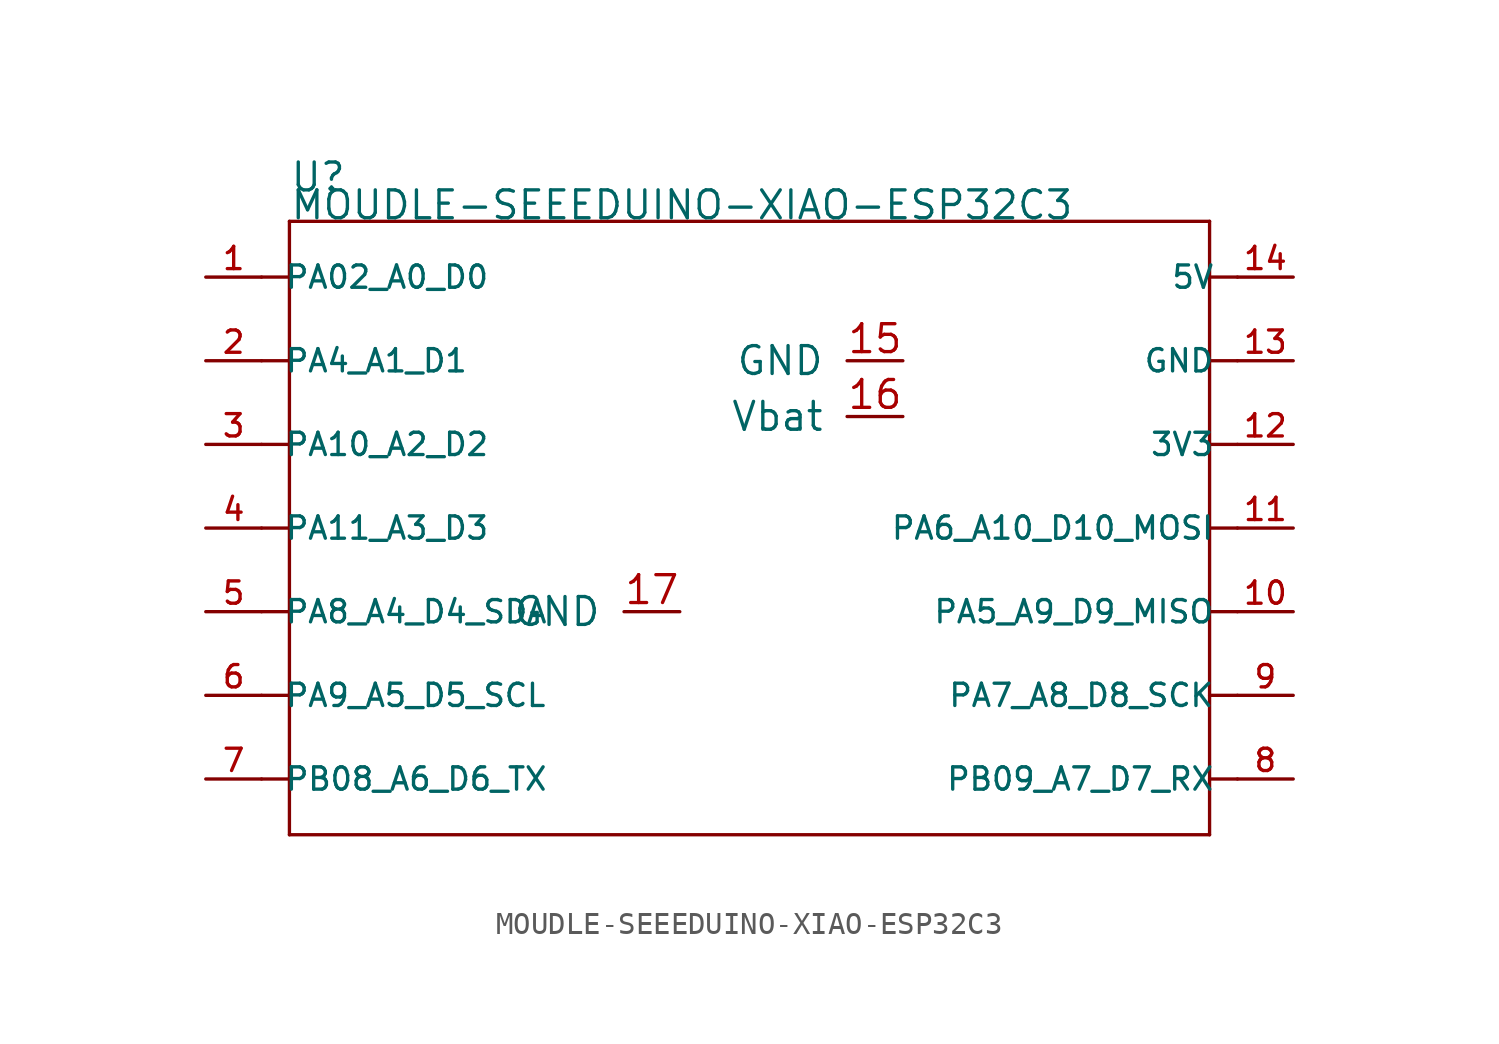
<source format=kicad_sym>
(kicad_symbol_lib
  (version 20220914)
  (generator kicad_symbol_editor)
  (symbol "MOUDLE-SEEEDUINO-XIAO-ESP32C3"
    (pin_names
      (offset 1.016))
    (property "Reference" "U"
      (at -21.59 15.24 0)
      (effects (font (size 1.27 1.27)) (justify left bottom)))
    (property "Value" "MOUDLE-SEEEDUINO-XIAO-ESP32C3"
      (at -21.59 13.97 0)
      (effects (font (size 1.27 1.27)) (justify left bottom)))
    (symbol "MOUDLE-SEEEDUINO-XIAO-ESP32C3_0_0"
      (polyline (pts (xy -21.59 -13.97) (xy -21.59 0)) (stroke (width 0.152) (type default)) (fill (type none)))
      (polyline (pts (xy -21.59 -11.43) (xy -22.86 -11.43)) (stroke (width 0.152) (type default)) (fill (type none)))
      (polyline (pts (xy -21.59 -7.62) (xy -22.86 -7.62)) (stroke (width 0.152) (type default)) (fill (type none)))
      (polyline (pts (xy -21.59 -3.81) (xy -22.86 -3.81)) (stroke (width 0.152) (type default)) (fill (type none)))
      (polyline (pts (xy -21.59 0) (xy -22.86 0)) (stroke (width 0.152) (type default)) (fill (type none)))
      (polyline (pts (xy -21.59 0) (xy -21.59 3.81)) (stroke (width 0.152) (type default)) (fill (type none)))
      (polyline (pts (xy -21.59 3.81) (xy -22.86 3.81)) (stroke (width 0.152) (type default)) (fill (type none)))
      (polyline (pts (xy -21.59 3.81) (xy -21.59 7.62)) (stroke (width 0.152) (type default)) (fill (type none)))
      (polyline (pts (xy -21.59 7.62) (xy -22.86 7.62)) (stroke (width 0.152) (type default)) (fill (type none)))
      (polyline (pts (xy -21.59 7.62) (xy -21.59 11.43)) (stroke (width 0.152) (type default)) (fill (type none)))
      (polyline (pts (xy -21.59 11.43) (xy -22.86 11.43)) (stroke (width 0.152) (type default)) (fill (type none)))
      (polyline (pts (xy -21.59 11.43) (xy -21.59 13.97)) (stroke (width 0.152) (type default)) (fill (type none)))
      (polyline (pts (xy -21.59 13.97) (xy 20.32 13.97)) (stroke (width 0.152) (type default)) (fill (type none)))
      (polyline (pts (xy 20.32 -13.97) (xy -21.59 -13.97)) (stroke (width 0.152) (type default)) (fill (type none)))
      (polyline (pts (xy 20.32 3.81) (xy 20.32 -13.97)) (stroke (width 0.152) (type default)) (fill (type none)))
      (polyline (pts (xy 20.32 7.62) (xy 20.32 3.81)) (stroke (width 0.152) (type default)) (fill (type none)))
      (polyline (pts (xy 20.32 11.43) (xy 20.32 7.62)) (stroke (width 0.152) (type default)) (fill (type none)))
      (polyline (pts (xy 20.32 13.97) (xy 20.32 11.43)) (stroke (width 0.152) (type default)) (fill (type none)))
      (polyline (pts (xy 21.59 -11.43) (xy 20.32 -11.43)) (stroke (width 0.152) (type default)) (fill (type none)))
      (polyline (pts (xy 21.59 -7.62) (xy 20.32 -7.62)) (stroke (width 0.152) (type default)) (fill (type none)))
      (polyline (pts (xy 21.59 -3.81) (xy 20.32 -3.81)) (stroke (width 0.152) (type default)) (fill (type none)))
      (polyline (pts (xy 21.59 0) (xy 20.32 0)) (stroke (width 0.152) (type default)) (fill (type none)))
      (polyline (pts (xy 21.59 3.81) (xy 20.32 3.81)) (stroke (width 0.152) (type default)) (fill (type none)))
      (polyline (pts (xy 21.59 7.62) (xy 20.32 7.62)) (stroke (width 0.152) (type default)) (fill (type none)))
      (polyline (pts (xy 21.59 11.43) (xy 20.32 11.43)) (stroke (width 0.152) (type default)) (fill (type none)))
      (pin bidirectional line (at -25.4 11.43 0) (length 2.54) (name "PA02_A0_D0" (effects (font (size 1.016 1.016)))) (number "1" (effects (font (size 1.016 1.016)))))
      (pin bidirectional line (at 24.13 -3.81 180) (length 2.54) (name "PA5_A9_D9_MISO" (effects (font (size 1.016 1.016)))) (number "10" (effects (font (size 1.016 1.016)))))
      (pin bidirectional line (at 24.13 0 180) (length 2.54) (name "PA6_A10_D10_MOSI" (effects (font (size 1.016 1.016)))) (number "11" (effects (font (size 1.016 1.016)))))
      (pin bidirectional line (at 24.13 3.81 180) (length 2.54) (name "3V3" (effects (font (size 1.016 1.016)))) (number "12" (effects (font (size 1.016 1.016)))))
      (pin bidirectional line (at 24.13 11.43 180) (length 2.54) (name "5V" (effects (font (size 1.016 1.016)))) (number "14" (effects (font (size 1.016 1.016)))))
      (pin bidirectional line (at -25.4 7.62 0) (length 2.54) (name "PA4_A1_D1" (effects (font (size 1.016 1.016)))) (number "2" (effects (font (size 1.016 1.016)))))
      (pin bidirectional line (at -25.4 3.81 0) (length 2.54) (name "PA10_A2_D2" (effects (font (size 1.016 1.016)))) (number "3" (effects (font (size 1.016 1.016)))))
      (pin bidirectional line (at -25.4 0 0) (length 2.54) (name "PA11_A3_D3" (effects (font (size 1.016 1.016)))) (number "4" (effects (font (size 1.016 1.016)))))
      (pin bidirectional line (at -25.4 -3.81 0) (length 2.54) (name "PA8_A4_D4_SDA" (effects (font (size 1.016 1.016)))) (number "5" (effects (font (size 1.016 1.016)))))
      (pin bidirectional line (at -25.4 -7.62 0) (length 2.54) (name "PA9_A5_D5_SCL" (effects (font (size 1.016 1.016)))) (number "6" (effects (font (size 1.016 1.016)))))
      (pin bidirectional line (at -25.4 -11.43 0) (length 2.54) (name "PB08_A6_D6_TX" (effects (font (size 1.016 1.016)))) (number "7" (effects (font (size 1.016 1.016)))))
      (pin bidirectional line (at 24.13 -11.43 180) (length 2.54) (name "PB09_A7_D7_RX" (effects (font (size 1.016 1.016)))) (number "8" (effects (font (size 1.016 1.016)))))
      (pin bidirectional line (at 24.13 -7.62 180) (length 2.54) (name "PA7_A8_D8_SCK" (effects (font (size 1.016 1.016)))) (number "9" (effects (font (size 1.016 1.016))))))
    (symbol "MOUDLE-SEEEDUINO-XIAO-ESP32C3_1_0"
      (pin passive line (at 24.13 7.62 180) (length 2.54) (name "GND" (effects (font (size 1.016 1.016)))) (number "13" (effects (font (size 1.016 1.016))))))
    (symbol "MOUDLE-SEEEDUINO-XIAO-ESP32C3_1_1"
      (pin passive line (at 6.35 7.62 180) (length 2.54) (name "GND" (effects (font (size 1.27 1.27)))) (number "15" (effects (font (size 1.27 1.27)))))
      (pin bidirectional line (at 6.35 5.08 180) (length 2.54) (name "Vbat" (effects (font (size 1.27 1.27)))) (number "16" (effects (font (size 1.27 1.27)))))
      (pin passive line (at -3.81 -3.81 180) (length 2.54) (name "GND" (effects (font (size 1.27 1.27)))) (number "17" (effects (font (size 1.27 1.27))))))))
</source>
